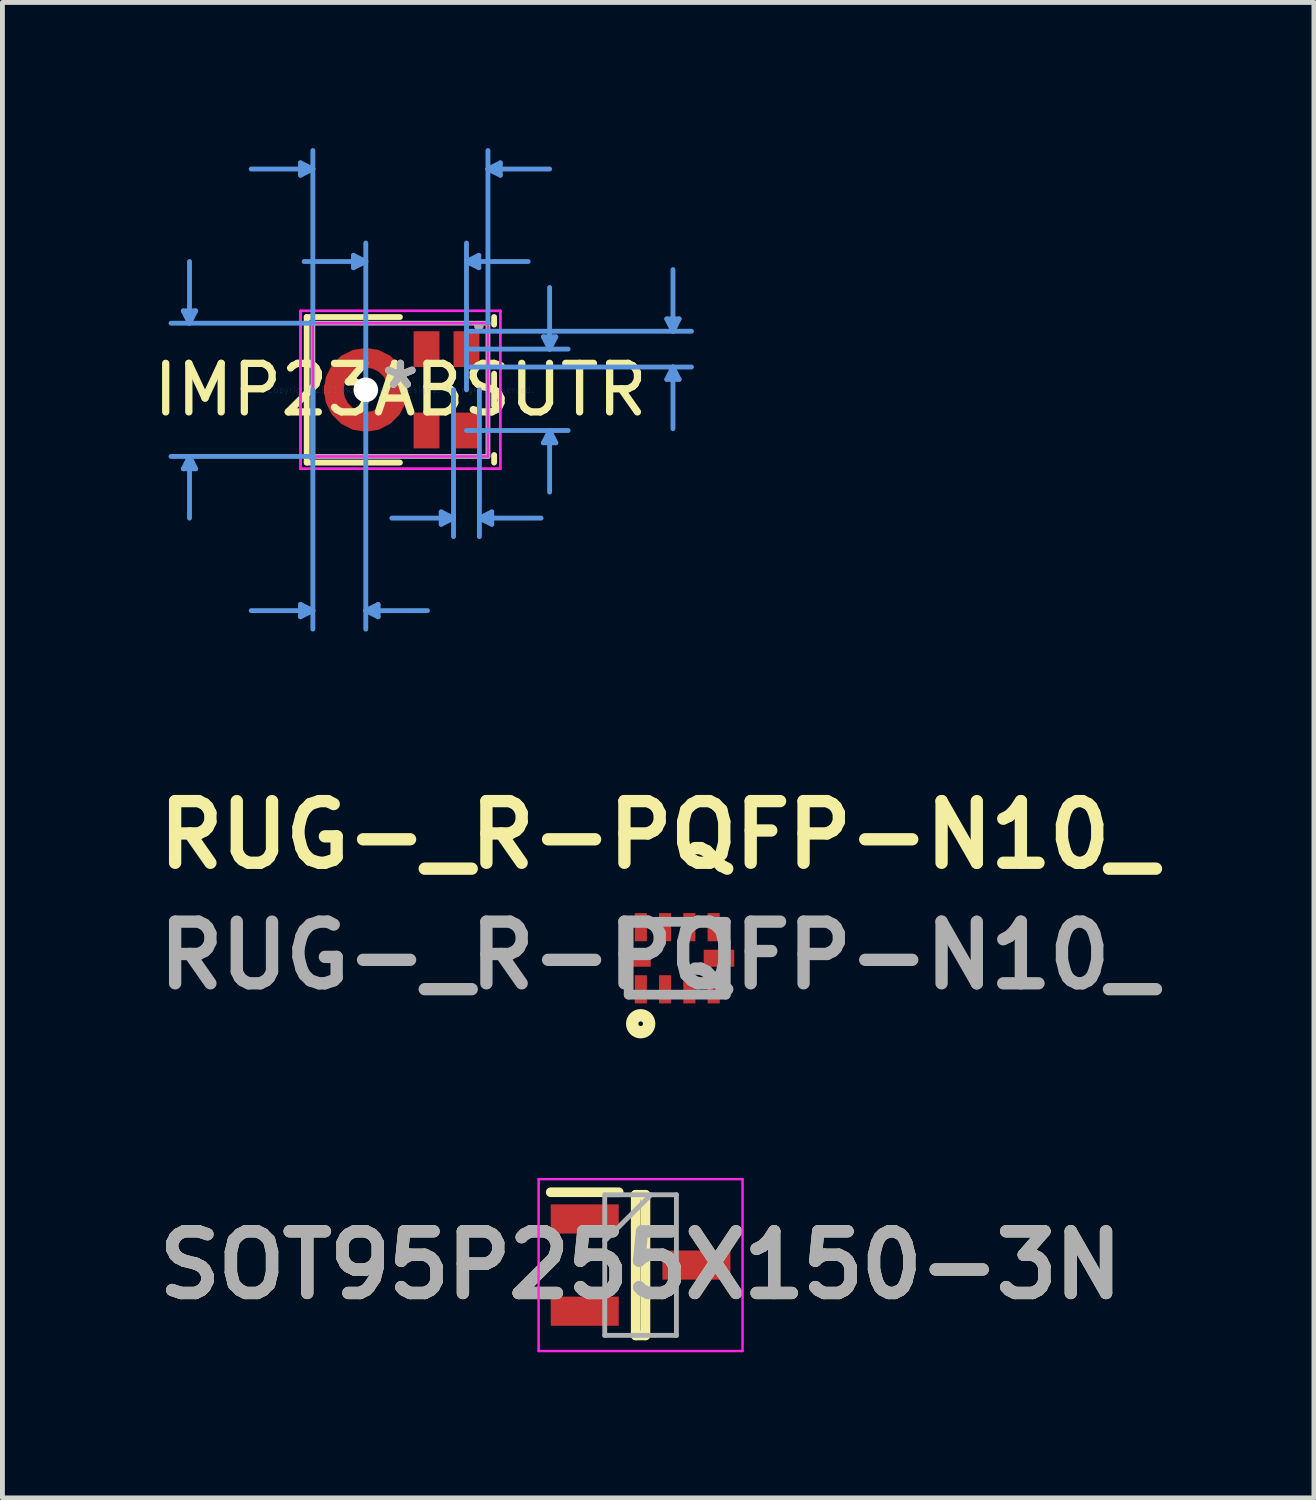
<source format=kicad_pcb>
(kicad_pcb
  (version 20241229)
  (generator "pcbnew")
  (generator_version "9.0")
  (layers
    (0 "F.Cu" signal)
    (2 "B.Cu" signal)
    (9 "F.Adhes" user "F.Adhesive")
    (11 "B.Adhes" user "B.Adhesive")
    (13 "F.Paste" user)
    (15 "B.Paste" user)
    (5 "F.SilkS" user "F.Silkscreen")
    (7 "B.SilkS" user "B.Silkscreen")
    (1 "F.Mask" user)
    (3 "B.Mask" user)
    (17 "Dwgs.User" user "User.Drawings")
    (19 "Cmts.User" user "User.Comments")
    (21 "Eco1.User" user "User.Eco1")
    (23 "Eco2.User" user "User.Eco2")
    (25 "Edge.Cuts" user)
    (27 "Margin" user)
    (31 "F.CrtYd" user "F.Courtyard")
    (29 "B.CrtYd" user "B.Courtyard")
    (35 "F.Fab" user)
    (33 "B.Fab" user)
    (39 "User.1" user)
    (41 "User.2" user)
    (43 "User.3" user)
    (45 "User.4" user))
  (footprint "SOT95P255X150-3N"
    (layer "F.Cu")
    (at 10.142 23.003)
    (property "Reference" "SOT95P255X150-3N" (at 0 0 0) (layer "F.SilkS") (effects (font (size 1.27 1.27) (thickness 0.254))))
    (attr smd)
    (fp_line (start -1.85 -1.5) (end -0.45 -1.5) (stroke (width 0.2) (type solid)) (layer "F.SilkS"))
    (fp_line (start -0.1 -1.448) (end 0.1 -1.448) (stroke (width 0.2) (type solid)) (layer "F.SilkS"))
    (fp_line (start -0.1 1.448) (end -0.1 -1.448) (stroke (width 0.2) (type solid)) (layer "F.SilkS"))
    (fp_line (start 0.1 -1.448) (end 0.1 1.448) (stroke (width 0.2) (type solid)) (layer "F.SilkS"))
    (fp_line (start 0.1 1.448) (end -0.1 1.448) (stroke (width 0.2) (type solid)) (layer "F.SilkS"))
    (fp_line (start -2.1 -1.77) (end 2.1 -1.77) (stroke (width 0.05) (type solid)) (layer "F.CrtYd"))
    (fp_line (start -2.1 1.77) (end -2.1 -1.77) (stroke (width 0.05) (type solid)) (layer "F.CrtYd"))
    (fp_line (start 2.1 -1.77) (end 2.1 1.77) (stroke (width 0.05) (type solid)) (layer "F.CrtYd"))
    (fp_line (start 2.1 1.77) (end -2.1 1.77) (stroke (width 0.05) (type solid)) (layer "F.CrtYd"))
    (fp_line (start -0.738 -1.448) (end 0.738 -1.448) (stroke (width 0.1) (type solid)) (layer "F.Fab"))
    (fp_line (start -0.738 -0.498) (end 0.212 -1.448) (stroke (width 0.1) (type solid)) (layer "F.Fab"))
    (fp_line (start -0.738 1.448) (end -0.738 -1.448) (stroke (width 0.1) (type solid)) (layer "F.Fab"))
    (fp_line (start 0.738 -1.448) (end 0.738 1.448) (stroke (width 0.1) (type solid)) (layer "F.Fab"))
    (fp_line (start 0.738 1.448) (end -0.738 1.448) (stroke (width 0.1) (type solid)) (layer "F.Fab"))
    (fp_text user "${REFERENCE}" (at 0 0 0) (layer "F.Fab") (effects (font (size 1.27 1.27) (thickness 0.254))))
    (pad "1" smd rect (at -1.15 -0.95 90) (size 0.6 1.4) (layers "F.Cu" "F.Mask" "F.Paste"))
    (pad "2" smd rect (at -1.15 0.95 90) (size 0.6 1.4) (layers "F.Cu" "F.Mask" "F.Paste"))
    (pad "3" smd rect (at 1.15 0 90) (size 0.6 1.4) (layers "F.Cu" "F.Mask" "F.Paste")))
  (footprint "IMP23ABSUTR"
    (layer "F.Cu")
    (at 5.196 4.978)
    (property "Reference" "IMP23ABSUTR" (at 0 0 0) (layer "F.SilkS") (effects (font (size 1 1) (thickness 0.15))))
    (attr through_hole)
    (fp_poly (pts (xy 0.096 -0.071) (xy 0.099 0) (xy 0.06 0.251) (xy -0.056 0.478) (xy -0.236 0.658) (xy -0.462 0.773) (xy -0.713 0.813) (xy -0.965 0.773) (xy -1.191 0.658) (xy -1.371 0.478) (xy -1.486 0.251) (xy -1.526 0) (xy -1.523 -0.071) (xy -1.219 -0.044) (xy -1.221 0) (xy -1.197 0.157) (xy -1.124 0.299) (xy -1.012 0.411) (xy -0.87 0.483) (xy -0.713 0.508) (xy -0.556 0.483) (xy -0.415 0.411) (xy -0.302 0.299) (xy -0.23 0.157) (xy -0.205 0) (xy -0.207 -0.044)) (stroke (width 0.1) (type solid)) (fill yes) (layer "F.Cu"))
    (fp_poly (pts (xy 0.096 0.071) (xy 0.099 0) (xy 0.06 -0.251) (xy -0.056 -0.478) (xy -0.236 -0.658) (xy -0.462 -0.773) (xy -0.713 -0.813) (xy -0.965 -0.773) (xy -1.191 -0.658) (xy -1.371 -0.478) (xy -1.486 -0.251) (xy -1.526 0) (xy -1.523 0.071) (xy -1.219 0.044) (xy -1.221 0) (xy -1.197 -0.157) (xy -1.124 -0.299) (xy -1.012 -0.411) (xy -0.87 -0.483) (xy -0.713 -0.508) (xy -0.556 -0.483) (xy -0.415 -0.411) (xy -0.302 -0.299) (xy -0.23 -0.157) (xy -0.205 0) (xy -0.207 0.044)) (stroke (width 0.1) (type solid)) (fill yes) (layer "F.Cu"))
    (fp_poly (pts (xy 0.096 -0.071) (xy 0.099 0) (xy 0.06 0.251) (xy -0.056 0.478) (xy -0.236 0.658) (xy -0.462 0.773) (xy -0.713 0.813) (xy -0.965 0.773) (xy -1.191 0.658) (xy -1.371 0.478) (xy -1.486 0.251) (xy -1.526 0) (xy -1.523 -0.071) (xy -1.219 -0.044) (xy -1.221 0) (xy -1.197 0.157) (xy -1.124 0.299) (xy -1.012 0.411) (xy -0.87 0.483) (xy -0.713 0.508) (xy -0.556 0.483) (xy -0.415 0.411) (xy -0.302 0.299) (xy -0.23 0.157) (xy -0.205 0) (xy -0.207 -0.044)) (stroke (width 0.1) (type solid)) (fill yes) (layer "F.Mask"))
    (fp_poly (pts (xy 0.096 0.071) (xy 0.099 0) (xy 0.06 -0.251) (xy -0.056 -0.478) (xy -0.236 -0.658) (xy -0.462 -0.773) (xy -0.713 -0.813) (xy -0.965 -0.773) (xy -1.191 -0.658) (xy -1.371 -0.478) (xy -1.486 -0.251) (xy -1.526 0) (xy -1.523 0.071) (xy -1.219 0.044) (xy -1.221 0) (xy -1.197 -0.157) (xy -1.124 -0.299) (xy -1.012 -0.411) (xy -0.87 -0.483) (xy -0.713 -0.508) (xy -0.556 -0.483) (xy -0.415 -0.411) (xy -0.302 -0.299) (xy -0.23 -0.157) (xy -0.205 0) (xy -0.207 0.044)) (stroke (width 0.1) (type solid)) (fill yes) (layer "F.Mask"))
    (fp_line (start -1.93 -1.499) (end -1.93 1.499) (stroke (width 0.12) (type solid)) (layer "F.SilkS"))
    (fp_line (start -1.93 1.499) (end -0.01 1.499) (stroke (width 0.12) (type solid)) (layer "F.SilkS"))
    (fp_line (start -0.01 -1.499) (end -1.93 -1.499) (stroke (width 0.12) (type solid)) (layer "F.SilkS"))
    (fp_line (start 1.93 -1.343) (end 1.93 -1.499) (stroke (width 0.12) (type solid)) (layer "F.SilkS"))
    (fp_line (start 1.93 0.332) (end 1.93 -0.332) (stroke (width 0.12) (type solid)) (layer "F.SilkS"))
    (fp_line (start 1.93 1.499) (end 1.93 1.343) (stroke (width 0.12) (type solid)) (layer "F.SilkS"))
    (fp_poly (pts (xy 0.096 -0.071) (xy 0.099 0) (xy 0.06 0.251) (xy -0.056 0.478) (xy -0.236 0.658) (xy -0.462 0.773) (xy -0.713 0.813) (xy -0.965 0.773) (xy -1.191 0.658) (xy -1.371 0.478) (xy -1.486 0.251) (xy -1.526 0) (xy -1.523 -0.071) (xy -1.219 -0.044) (xy -1.221 0) (xy -1.197 0.157) (xy -1.124 0.299) (xy -1.012 0.411) (xy -0.87 0.483) (xy -0.713 0.508) (xy -0.556 0.483) (xy -0.415 0.411) (xy -0.302 0.299) (xy -0.23 0.157) (xy -0.205 0) (xy -0.207 -0.044)) (stroke (width 0.1) (type solid)) (fill yes) (layer "F.Paste"))
    (fp_poly (pts (xy 0.096 0.071) (xy 0.099 0) (xy 0.06 -0.251) (xy -0.056 -0.478) (xy -0.236 -0.658) (xy -0.462 -0.773) (xy -0.713 -0.813) (xy -0.965 -0.773) (xy -1.191 -0.658) (xy -1.371 -0.478) (xy -1.486 -0.251) (xy -1.526 0) (xy -1.523 0.071) (xy -1.219 0.044) (xy -1.221 0) (xy -1.197 -0.157) (xy -1.124 -0.299) (xy -1.012 -0.411) (xy -0.87 -0.483) (xy -0.713 -0.508) (xy -0.556 -0.483) (xy -0.415 -0.411) (xy -0.302 -0.299) (xy -0.23 -0.157) (xy -0.205 0) (xy -0.207 0.044)) (stroke (width 0.1) (type solid)) (fill yes) (layer "F.Paste"))
    (fp_line (start -4.47 -1.626) (end -4.216 -1.626) (stroke (width 0.1) (type solid)) (layer "Cmts.User"))
    (fp_line (start -4.47 1.626) (end -4.216 1.626) (stroke (width 0.1) (type solid)) (layer "Cmts.User"))
    (fp_line (start -4.343 -1.372) (end -4.47 -1.626) (stroke (width 0.1) (type solid)) (layer "Cmts.User"))
    (fp_line (start -4.343 -1.372) (end -4.343 -2.642) (stroke (width 0.1) (type solid)) (layer "Cmts.User"))
    (fp_line (start -4.343 -1.372) (end -4.216 -1.626) (stroke (width 0.1) (type solid)) (layer "Cmts.User"))
    (fp_line (start -4.343 1.372) (end -4.47 1.626) (stroke (width 0.1) (type solid)) (layer "Cmts.User"))
    (fp_line (start -4.343 1.372) (end -4.343 2.642) (stroke (width 0.1) (type solid)) (layer "Cmts.User"))
    (fp_line (start -4.343 1.372) (end -4.216 1.626) (stroke (width 0.1) (type solid)) (layer "Cmts.User"))
    (fp_line (start -2.057 -4.674) (end -2.057 -4.42) (stroke (width 0.1) (type solid)) (layer "Cmts.User"))
    (fp_line (start -2.057 4.42) (end -2.057 4.674) (stroke (width 0.1) (type solid)) (layer "Cmts.User"))
    (fp_line (start -1.803 -4.547) (end -3.073 -4.547) (stroke (width 0.1) (type solid)) (layer "Cmts.User"))
    (fp_line (start -1.803 -4.547) (end -2.057 -4.674) (stroke (width 0.1) (type solid)) (layer "Cmts.User"))
    (fp_line (start -1.803 -4.547) (end -2.057 -4.42) (stroke (width 0.1) (type solid)) (layer "Cmts.User"))
    (fp_line (start -1.803 -1.372) (end -4.724 -1.372) (stroke (width 0.1) (type solid)) (layer "Cmts.User"))
    (fp_line (start -1.803 -1.372) (end -1.803 -4.928) (stroke (width 0.1) (type solid)) (layer "Cmts.User"))
    (fp_line (start -1.803 0) (end -1.803 4.928) (stroke (width 0.1) (type solid)) (layer "Cmts.User"))
    (fp_line (start -1.803 1.372) (end -4.724 1.372) (stroke (width 0.1) (type solid)) (layer "Cmts.User"))
    (fp_line (start -1.803 4.547) (end -3.073 4.547) (stroke (width 0.1) (type solid)) (layer "Cmts.User"))
    (fp_line (start -1.803 4.547) (end -2.057 4.42) (stroke (width 0.1) (type solid)) (layer "Cmts.User"))
    (fp_line (start -1.803 4.547) (end -2.057 4.674) (stroke (width 0.1) (type solid)) (layer "Cmts.User"))
    (fp_line (start -0.967 -2.769) (end -0.967 -2.515) (stroke (width 0.1) (type solid)) (layer "Cmts.User"))
    (fp_line (start -0.713 -2.642) (end -1.983 -2.642) (stroke (width 0.1) (type solid)) (layer "Cmts.User"))
    (fp_line (start -0.713 -2.642) (end -0.967 -2.769) (stroke (width 0.1) (type solid)) (layer "Cmts.User"))
    (fp_line (start -0.713 -2.642) (end -0.967 -2.515) (stroke (width 0.1) (type solid)) (layer "Cmts.User"))
    (fp_line (start -0.713 0) (end -0.713 -3.023) (stroke (width 0.1) (type solid)) (layer "Cmts.User"))
    (fp_line (start -0.713 0) (end -0.713 4.928) (stroke (width 0.1) (type solid)) (layer "Cmts.User"))
    (fp_line (start -0.713 4.547) (end -0.459 4.42) (stroke (width 0.1) (type solid)) (layer "Cmts.User"))
    (fp_line (start -0.713 4.547) (end -0.459 4.674) (stroke (width 0.1) (type solid)) (layer "Cmts.User"))
    (fp_line (start -0.713 4.547) (end 0.557 4.547) (stroke (width 0.1) (type solid)) (layer "Cmts.User"))
    (fp_line (start -0.459 4.42) (end -0.459 4.674) (stroke (width 0.1) (type solid)) (layer "Cmts.User"))
    (fp_line (start 0.84 2.515) (end 0.84 2.769) (stroke (width 0.1) (type solid)) (layer "Cmts.User"))
    (fp_line (start 1.094 0) (end 1.094 3.023) (stroke (width 0.1) (type solid)) (layer "Cmts.User"))
    (fp_line (start 1.094 2.642) (end -0.176 2.642) (stroke (width 0.1) (type solid)) (layer "Cmts.User"))
    (fp_line (start 1.094 2.642) (end 0.84 2.515) (stroke (width 0.1) (type solid)) (layer "Cmts.User"))
    (fp_line (start 1.094 2.642) (end 0.84 2.769) (stroke (width 0.1) (type solid)) (layer "Cmts.User"))
    (fp_line (start 1.361 -2.642) (end 1.615 -2.769) (stroke (width 0.1) (type solid)) (layer "Cmts.User"))
    (fp_line (start 1.361 -2.642) (end 1.615 -2.515) (stroke (width 0.1) (type solid)) (layer "Cmts.User"))
    (fp_line (start 1.361 -2.642) (end 2.631 -2.642) (stroke (width 0.1) (type solid)) (layer "Cmts.User"))
    (fp_line (start 1.361 -1.206) (end 5.994 -1.206) (stroke (width 0.1) (type solid)) (layer "Cmts.User"))
    (fp_line (start 1.361 -0.838) (end 3.454 -0.838) (stroke (width 0.1) (type solid)) (layer "Cmts.User"))
    (fp_line (start 1.361 -0.469) (end 5.994 -0.469) (stroke (width 0.1) (type solid)) (layer "Cmts.User"))
    (fp_line (start 1.361 0) (end 1.361 -3.023) (stroke (width 0.1) (type solid)) (layer "Cmts.User"))
    (fp_line (start 1.361 0.838) (end 3.454 0.838) (stroke (width 0.1) (type solid)) (layer "Cmts.User"))
    (fp_line (start 1.615 -2.769) (end 1.615 -2.515) (stroke (width 0.1) (type solid)) (layer "Cmts.User"))
    (fp_line (start 1.627 0) (end 1.627 3.023) (stroke (width 0.1) (type solid)) (layer "Cmts.User"))
    (fp_line (start 1.627 2.642) (end 1.881 2.515) (stroke (width 0.1) (type solid)) (layer "Cmts.User"))
    (fp_line (start 1.627 2.642) (end 1.881 2.769) (stroke (width 0.1) (type solid)) (layer "Cmts.User"))
    (fp_line (start 1.627 2.642) (end 2.897 2.642) (stroke (width 0.1) (type solid)) (layer "Cmts.User"))
    (fp_line (start 1.803 -4.547) (end 2.057 -4.674) (stroke (width 0.1) (type solid)) (layer "Cmts.User"))
    (fp_line (start 1.803 -4.547) (end 2.057 -4.42) (stroke (width 0.1) (type solid)) (layer "Cmts.User"))
    (fp_line (start 1.803 -4.547) (end 3.073 -4.547) (stroke (width 0.1) (type solid)) (layer "Cmts.User"))
    (fp_line (start 1.803 -1.372) (end 1.803 -4.928) (stroke (width 0.1) (type solid)) (layer "Cmts.User"))
    (fp_line (start 1.881 2.515) (end 1.881 2.769) (stroke (width 0.1) (type solid)) (layer "Cmts.User"))
    (fp_line (start 2.057 -4.674) (end 2.057 -4.42) (stroke (width 0.1) (type solid)) (layer "Cmts.User"))
    (fp_line (start 2.946 -1.091) (end 3.2 -1.091) (stroke (width 0.1) (type solid)) (layer "Cmts.User"))
    (fp_line (start 2.946 1.091) (end 3.2 1.091) (stroke (width 0.1) (type solid)) (layer "Cmts.User"))
    (fp_line (start 3.073 -0.838) (end 2.946 -1.091) (stroke (width 0.1) (type solid)) (layer "Cmts.User"))
    (fp_line (start 3.073 -0.838) (end 3.073 -2.107) (stroke (width 0.1) (type solid)) (layer "Cmts.User"))
    (fp_line (start 3.073 -0.838) (end 3.2 -1.091) (stroke (width 0.1) (type solid)) (layer "Cmts.User"))
    (fp_line (start 3.073 0.838) (end 2.946 1.091) (stroke (width 0.1) (type solid)) (layer "Cmts.User"))
    (fp_line (start 3.073 0.838) (end 3.073 2.107) (stroke (width 0.1) (type solid)) (layer "Cmts.User"))
    (fp_line (start 3.073 0.838) (end 3.2 1.091) (stroke (width 0.1) (type solid)) (layer "Cmts.User"))
    (fp_line (start 5.486 -1.46) (end 5.74 -1.46) (stroke (width 0.1) (type solid)) (layer "Cmts.User"))
    (fp_line (start 5.486 -0.215) (end 5.74 -0.215) (stroke (width 0.1) (type solid)) (layer "Cmts.User"))
    (fp_line (start 5.613 -1.206) (end 5.486 -1.46) (stroke (width 0.1) (type solid)) (layer "Cmts.User"))
    (fp_line (start 5.613 -1.206) (end 5.613 -2.476) (stroke (width 0.1) (type solid)) (layer "Cmts.User"))
    (fp_line (start 5.613 -1.206) (end 5.74 -1.46) (stroke (width 0.1) (type solid)) (layer "Cmts.User"))
    (fp_line (start 5.613 -0.469) (end 5.486 -0.215) (stroke (width 0.1) (type solid)) (layer "Cmts.User"))
    (fp_line (start 5.613 -0.469) (end 5.613 0.801) (stroke (width 0.1) (type solid)) (layer "Cmts.User"))
    (fp_line (start 5.613 -0.469) (end 5.74 -0.215) (stroke (width 0.1) (type solid)) (layer "Cmts.User"))
    (fp_line (start -2.057 -1.626) (end 2.057 -1.626) (stroke (width 0.05) (type solid)) (layer "F.CrtYd"))
    (fp_line (start -2.057 -1.626) (end 2.057 -1.626) (stroke (width 0.05) (type solid)) (layer "F.CrtYd"))
    (fp_line (start -2.057 1.626) (end -2.057 -1.626) (stroke (width 0.05) (type solid)) (layer "F.CrtYd"))
    (fp_line (start -2.057 1.626) (end -2.057 -1.626) (stroke (width 0.05) (type solid)) (layer "F.CrtYd"))
    (fp_line (start -1.803 -1.372) (end 1.803 -1.372) (stroke (width 0.05) (type solid)) (layer "F.CrtYd"))
    (fp_line (start -1.803 1.372) (end -1.803 -1.372) (stroke (width 0.05) (type solid)) (layer "F.CrtYd"))
    (fp_line (start 1.803 -1.372) (end 1.803 1.372) (stroke (width 0.05) (type solid)) (layer "F.CrtYd"))
    (fp_line (start 1.803 1.372) (end -1.803 1.372) (stroke (width 0.05) (type solid)) (layer "F.CrtYd"))
    (fp_line (start 2.057 -1.626) (end 2.057 1.626) (stroke (width 0.05) (type solid)) (layer "F.CrtYd"))
    (fp_line (start 2.057 -1.626) (end 2.057 1.626) (stroke (width 0.05) (type solid)) (layer "F.CrtYd"))
    (fp_line (start 2.057 1.626) (end -2.057 1.626) (stroke (width 0.05) (type solid)) (layer "F.CrtYd"))
    (fp_line (start 2.057 1.626) (end -2.057 1.626) (stroke (width 0.05) (type solid)) (layer "F.CrtYd"))
    (fp_line (start -1.803 -1.372) (end -1.803 1.372) (stroke (width 0.1) (type solid)) (layer "F.Fab"))
    (fp_line (start -1.803 1.372) (end 1.803 1.372) (stroke (width 0.1) (type solid)) (layer "F.Fab"))
    (fp_line (start 1.803 -1.372) (end -1.803 -1.372) (stroke (width 0.1) (type solid)) (layer "F.Fab"))
    (fp_line (start 1.803 1.372) (end 1.803 -1.372) (stroke (width 0.1) (type solid)) (layer "F.Fab"))
    (fp_circle (center 1.615 -1.32) (end 1.615 -1.32) (stroke (width 0.1) (type solid)) (fill no) (layer "F.Fab"))
    (fp_text user "*" (at 0 0 0) (layer "F.SilkS") (effects (font (size 1 1) (thickness 0.15))))
    (fp_text user "Copyright 2021 Accelerated Designs. All rights reserved." (at 0 0 0) (layer "Cmts.User") (effects (font (size 0.127 0.127) (thickness 0.002))))
    (fp_text user "*" (at 0 0 0) (layer "F.Fab") (effects (font (size 1 1) (thickness 0.15))))
    (pad "" np_thru_hole circle (at -0.713 0) (size 0.508 0.508) (drill 0.508) (layers "*.Cu" "*.Mask"))
    (pad "1" smd rect (at 1.361 -0.838) (size 0.533 0.737) (layers "F.Cu" "F.Mask" "F.Paste"))
    (pad "2" smd rect (at 0.538 -0.838) (size 0.533 0.737) (layers "F.Cu" "F.Mask" "F.Paste"))
    (pad "3" smd rect (at -1.374 0) (size 0.051 0.051) (layers "F.Cu" "F.Mask" "F.Paste"))
    (pad "4" smd rect (at 0.538 0.838) (size 0.533 0.737) (layers "F.Cu" "F.Mask" "F.Paste"))
    (pad "5" smd rect (at 1.361 0.838) (size 0.533 0.737) (layers "F.Cu" "F.Mask" "F.Paste")))
  (footprint "RUG-_R-PQFP-N10_"
    (layer "F.Cu")
    (at 10.897 16.684)
    (property "Reference" "RUG-_R-PQFP-N10_" (at -0.392 -2.54 0) (layer "F.SilkS") (effects (font (size 1.27 1.27) (thickness 0.254))))
    (attr smd)
    (fp_circle (center -0.753 1.349) (end -0.753 1.397) (stroke (width 0.254) (type solid)) (fill no) (layer "F.SilkS"))
    (fp_line (start -1 -0.75) (end 1 -0.75) (stroke (width 0.2) (type solid)) (layer "F.Fab"))
    (fp_line (start -1 0.75) (end -1 -0.75) (stroke (width 0.2) (type solid)) (layer "F.Fab"))
    (fp_line (start 1 -0.75) (end 1 0.75) (stroke (width 0.2) (type solid)) (layer "F.Fab"))
    (fp_line (start 1 0.75) (end -1 0.75) (stroke (width 0.2) (type solid)) (layer "F.Fab"))
    (fp_text user "${REFERENCE}" (at -0.392 -0.058 0) (layer "F.Fab") (effects (font (size 1.27 1.27) (thickness 0.254))))
    (pad "1" smd rect (at -0.75 0.64) (size 0.25 0.58) (layers "F.Cu" "F.Mask" "F.Paste"))
    (pad "2" smd rect (at -0.25 0.64) (size 0.25 0.58) (layers "F.Cu" "F.Mask" "F.Paste"))
    (pad "3" smd rect (at 0.25 0.64) (size 0.25 0.58) (layers "F.Cu" "F.Mask" "F.Paste"))
    (pad "4" smd rect (at 0.75 0.64) (size 0.25 0.58) (layers "F.Cu" "F.Mask" "F.Paste"))
    (pad "5" smd rect (at 0.86 0 90) (size 0.35 0.63) (layers "F.Cu" "F.Mask" "F.Paste"))
    (pad "6" smd rect (at 0.75 -0.64) (size 0.25 0.58) (layers "F.Cu" "F.Mask" "F.Paste"))
    (pad "7" smd rect (at 0.25 -0.64) (size 0.25 0.58) (layers "F.Cu" "F.Mask" "F.Paste"))
    (pad "8" smd rect (at -0.25 -0.64) (size 0.25 0.58) (layers "F.Cu" "F.Mask" "F.Paste"))
    (pad "9" smd rect (at -0.75 -0.64) (size 0.25 0.58) (layers "F.Cu" "F.Mask" "F.Paste"))
    (pad "10" smd rect (at -0.86 0 90) (size 0.35 0.63) (layers "F.Cu" "F.Mask" "F.Paste")))
  (gr_rect
    (start -3 -3)
    (end 24.009 27.798)
    (stroke (width 0.1) (type default))
    (fill no)
    (layer "Edge.Cuts")))
</source>
